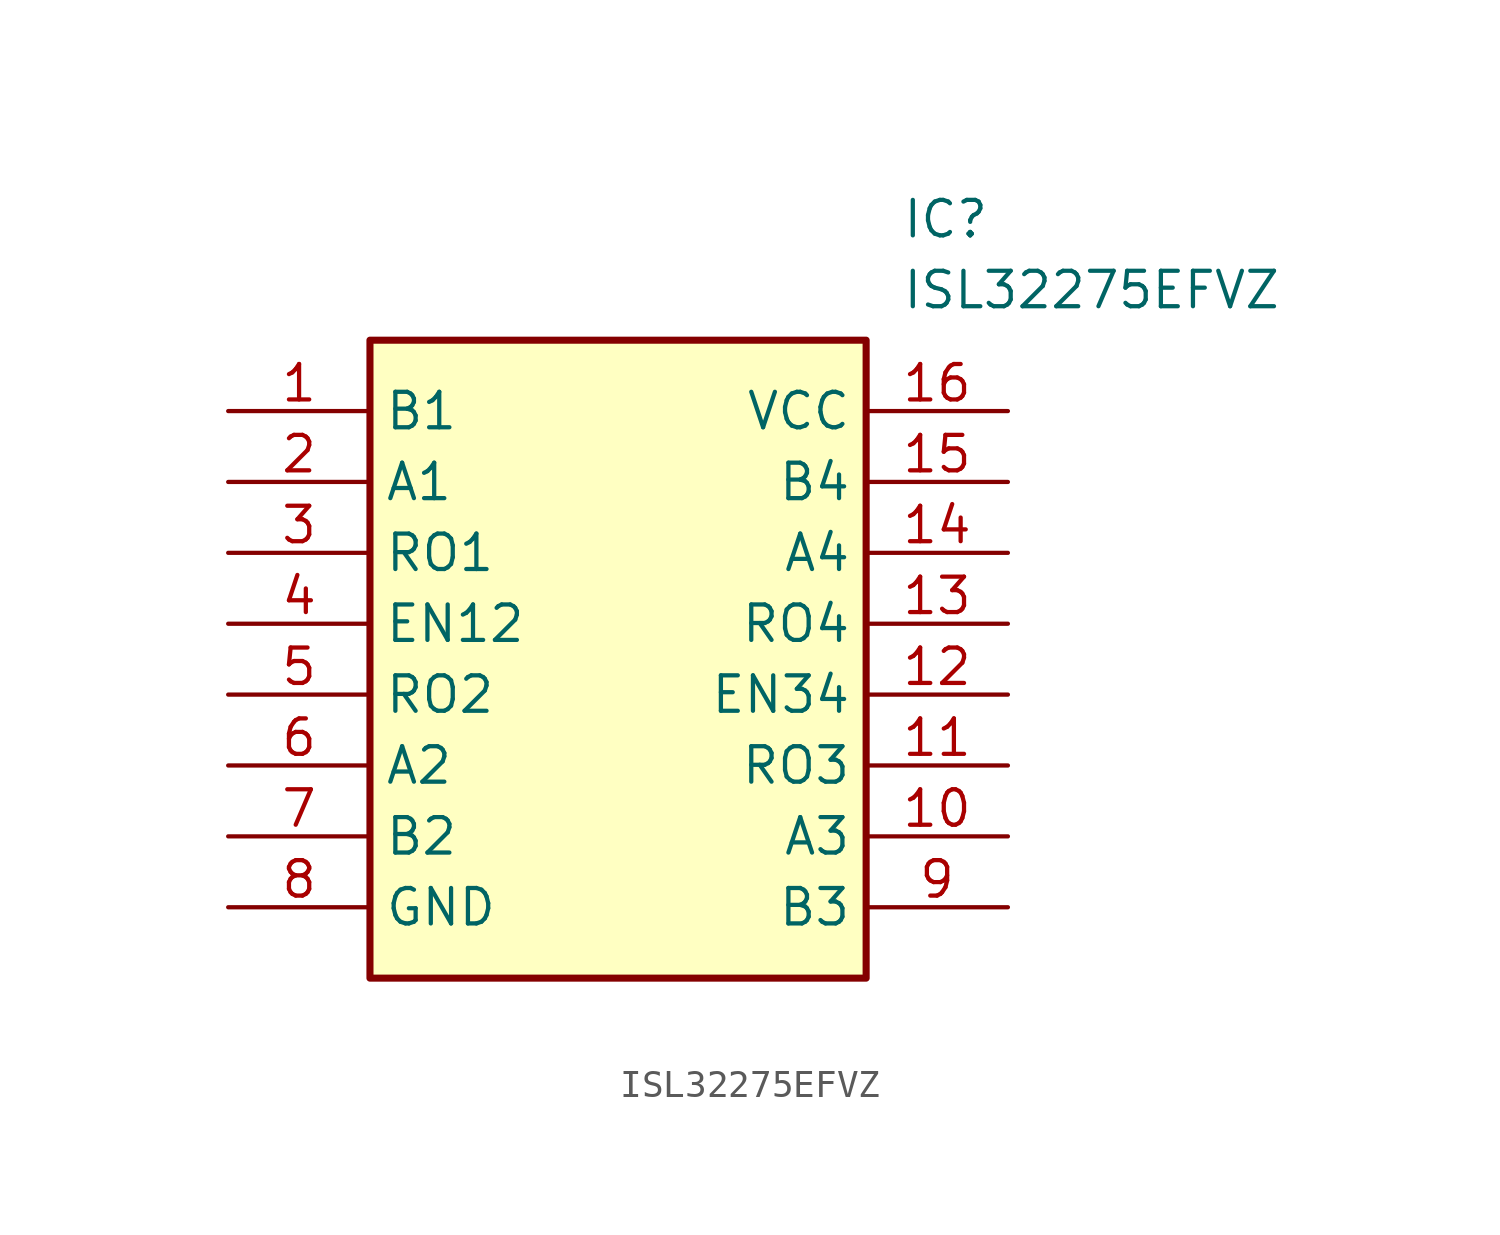
<source format=kicad_sym>
(kicad_symbol_lib
  (version 20241209)
  (generator "kicad_symbol_editor")
  (generator_version "9.0")
  (symbol "ISL32275EFVZ"
    (property "Reference" "IC"
      (at 24.13 7.62 0)
      (effects (font (size 1.27 1.27)) (justify left top)))
    (property "Value" "ISL32275EFVZ"
      (at 24.13 5.08 0)
      (effects (font (size 1.27 1.27)) (justify left top)))
    (symbol "ISL32275EFVZ_1_1"
      (rectangle (start 5.08 2.54) (end 22.86 -20.32) (stroke (width 0.254) (type default)) (fill (type background)))
      (pin passive line (at 0 0 0) (length 5.08) (name "B1" (effects (font (size 1.27 1.27)))) (number "1" (effects (font (size 1.27 1.27)))))
      (pin passive line (at 0 -2.54 0) (length 5.08) (name "A1" (effects (font (size 1.27 1.27)))) (number "2" (effects (font (size 1.27 1.27)))))
      (pin passive line (at 0 -5.08 0) (length 5.08) (name "RO1" (effects (font (size 1.27 1.27)))) (number "3" (effects (font (size 1.27 1.27)))))
      (pin passive line (at 0 -7.62 0) (length 5.08) (name "EN12" (effects (font (size 1.27 1.27)))) (number "4" (effects (font (size 1.27 1.27)))))
      (pin passive line (at 0 -10.16 0) (length 5.08) (name "RO2" (effects (font (size 1.27 1.27)))) (number "5" (effects (font (size 1.27 1.27)))))
      (pin passive line (at 0 -12.7 0) (length 5.08) (name "A2" (effects (font (size 1.27 1.27)))) (number "6" (effects (font (size 1.27 1.27)))))
      (pin passive line (at 0 -15.24 0) (length 5.08) (name "B2" (effects (font (size 1.27 1.27)))) (number "7" (effects (font (size 1.27 1.27)))))
      (pin passive line (at 0 -17.78 0) (length 5.08) (name "GND" (effects (font (size 1.27 1.27)))) (number "8" (effects (font (size 1.27 1.27)))))
      (pin passive line (at 27.94 0 180) (length 5.08) (name "VCC" (effects (font (size 1.27 1.27)))) (number "16" (effects (font (size 1.27 1.27)))))
      (pin passive line (at 27.94 -2.54 180) (length 5.08) (name "B4" (effects (font (size 1.27 1.27)))) (number "15" (effects (font (size 1.27 1.27)))))
      (pin passive line (at 27.94 -5.08 180) (length 5.08) (name "A4" (effects (font (size 1.27 1.27)))) (number "14" (effects (font (size 1.27 1.27)))))
      (pin passive line (at 27.94 -7.62 180) (length 5.08) (name "RO4" (effects (font (size 1.27 1.27)))) (number "13" (effects (font (size 1.27 1.27)))))
      (pin passive line (at 27.94 -10.16 180) (length 5.08) (name "EN34" (effects (font (size 1.27 1.27)))) (number "12" (effects (font (size 1.27 1.27)))))
      (pin passive line (at 27.94 -12.7 180) (length 5.08) (name "RO3" (effects (font (size 1.27 1.27)))) (number "11" (effects (font (size 1.27 1.27)))))
      (pin passive line (at 27.94 -15.24 180) (length 5.08) (name "A3" (effects (font (size 1.27 1.27)))) (number "10" (effects (font (size 1.27 1.27)))))
      (pin passive line (at 27.94 -17.78 180) (length 5.08) (name "B3" (effects (font (size 1.27 1.27)))) (number "9" (effects (font (size 1.27 1.27))))))))
</source>
